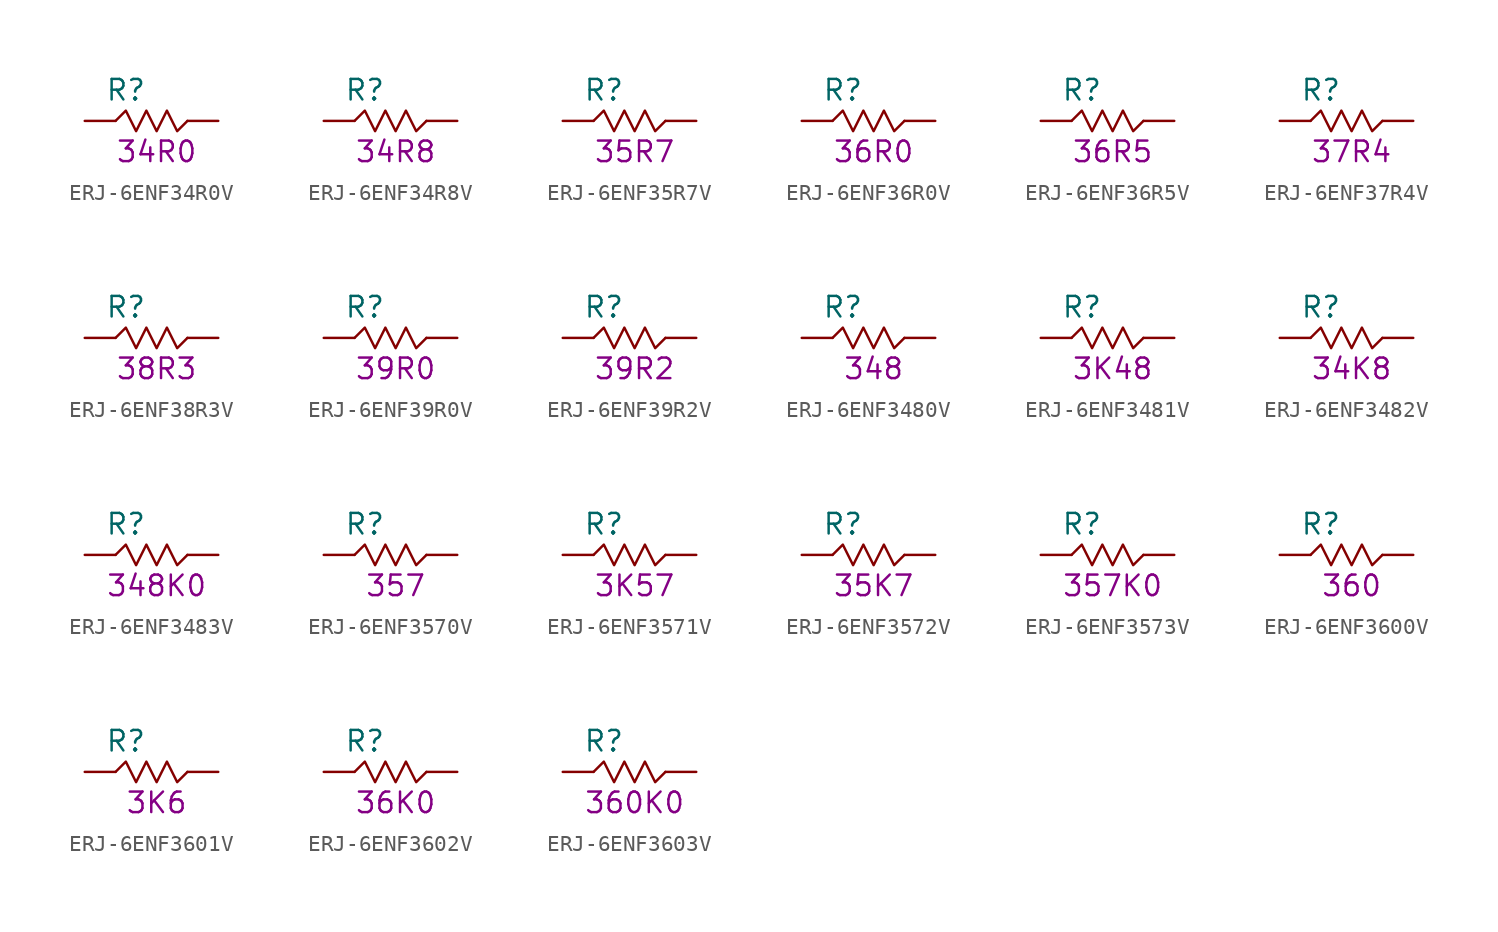
<source format=kicad_sym>
(kicad_symbol_lib
  (version 20211014)
  (generator KiCadLib_py)
  (symbol "ERJ-6ENF34R0V"
    (pin_numbers hide)
    (pin_names hide)
    (property "Reference" "R"
      (at -1.905 1.905 0)
      (effects (font (size 1.27 1.27))))
    (property "Val" "34R0"
      (at 0 -1.905 0)
      (effects (font (size 1.27 1.27))))
    (symbol "ERJ-6ENF34R0V_0_1"
      (polyline (pts (xy -2.54 0) (xy -1.905 0.635) (xy -1.27 -0.635) (xy -0.635 0.635) (xy 0 -0.635) (xy 0.635 0.635) (xy 1.27 -0.635) (xy 1.905 0)) (stroke (width 0) (type default) (color 0 0 0 0)) (fill (type none))))
    (symbol "ERJ-6ENF34R0V_1_1"
      (pin passive line (at -4.445 0 0) (length 1.905) (name "~" (effects (font (size 1.27 1.27)))) (number "1" (effects (font (size 1.27 1.27)))))
      (pin passive line (at 3.81 0 180) (length 1.905) (name "~" (effects (font (size 1.27 1.27)))) (number "2" (effects (font (size 1.27 1.27)))))))
  (symbol "ERJ-6ENF34R8V"
    (pin_numbers hide)
    (pin_names hide)
    (property "Reference" "R"
      (at -1.905 1.905 0)
      (effects (font (size 1.27 1.27))))
    (property "Val" "34R8"
      (at 0 -1.905 0)
      (effects (font (size 1.27 1.27))))
    (symbol "ERJ-6ENF34R8V_0_1"
      (polyline (pts (xy -2.54 0) (xy -1.905 0.635) (xy -1.27 -0.635) (xy -0.635 0.635) (xy 0 -0.635) (xy 0.635 0.635) (xy 1.27 -0.635) (xy 1.905 0)) (stroke (width 0) (type default) (color 0 0 0 0)) (fill (type none))))
    (symbol "ERJ-6ENF34R8V_1_1"
      (pin passive line (at -4.445 0 0) (length 1.905) (name "~" (effects (font (size 1.27 1.27)))) (number "1" (effects (font (size 1.27 1.27)))))
      (pin passive line (at 3.81 0 180) (length 1.905) (name "~" (effects (font (size 1.27 1.27)))) (number "2" (effects (font (size 1.27 1.27)))))))
  (symbol "ERJ-6ENF35R7V"
    (pin_numbers hide)
    (pin_names hide)
    (property "Reference" "R"
      (at -1.905 1.905 0)
      (effects (font (size 1.27 1.27))))
    (property "Val" "35R7"
      (at 0 -1.905 0)
      (effects (font (size 1.27 1.27))))
    (symbol "ERJ-6ENF35R7V_0_1"
      (polyline (pts (xy -2.54 0) (xy -1.905 0.635) (xy -1.27 -0.635) (xy -0.635 0.635) (xy 0 -0.635) (xy 0.635 0.635) (xy 1.27 -0.635) (xy 1.905 0)) (stroke (width 0) (type default) (color 0 0 0 0)) (fill (type none))))
    (symbol "ERJ-6ENF35R7V_1_1"
      (pin passive line (at -4.445 0 0) (length 1.905) (name "~" (effects (font (size 1.27 1.27)))) (number "1" (effects (font (size 1.27 1.27)))))
      (pin passive line (at 3.81 0 180) (length 1.905) (name "~" (effects (font (size 1.27 1.27)))) (number "2" (effects (font (size 1.27 1.27)))))))
  (symbol "ERJ-6ENF36R0V"
    (pin_numbers hide)
    (pin_names hide)
    (property "Reference" "R"
      (at -1.905 1.905 0)
      (effects (font (size 1.27 1.27))))
    (property "Val" "36R0"
      (at 0 -1.905 0)
      (effects (font (size 1.27 1.27))))
    (symbol "ERJ-6ENF36R0V_0_1"
      (polyline (pts (xy -2.54 0) (xy -1.905 0.635) (xy -1.27 -0.635) (xy -0.635 0.635) (xy 0 -0.635) (xy 0.635 0.635) (xy 1.27 -0.635) (xy 1.905 0)) (stroke (width 0) (type default) (color 0 0 0 0)) (fill (type none))))
    (symbol "ERJ-6ENF36R0V_1_1"
      (pin passive line (at -4.445 0 0) (length 1.905) (name "~" (effects (font (size 1.27 1.27)))) (number "1" (effects (font (size 1.27 1.27)))))
      (pin passive line (at 3.81 0 180) (length 1.905) (name "~" (effects (font (size 1.27 1.27)))) (number "2" (effects (font (size 1.27 1.27)))))))
  (symbol "ERJ-6ENF36R5V"
    (pin_numbers hide)
    (pin_names hide)
    (property "Reference" "R"
      (at -1.905 1.905 0)
      (effects (font (size 1.27 1.27))))
    (property "Val" "36R5"
      (at 0 -1.905 0)
      (effects (font (size 1.27 1.27))))
    (symbol "ERJ-6ENF36R5V_0_1"
      (polyline (pts (xy -2.54 0) (xy -1.905 0.635) (xy -1.27 -0.635) (xy -0.635 0.635) (xy 0 -0.635) (xy 0.635 0.635) (xy 1.27 -0.635) (xy 1.905 0)) (stroke (width 0) (type default) (color 0 0 0 0)) (fill (type none))))
    (symbol "ERJ-6ENF36R5V_1_1"
      (pin passive line (at -4.445 0 0) (length 1.905) (name "~" (effects (font (size 1.27 1.27)))) (number "1" (effects (font (size 1.27 1.27)))))
      (pin passive line (at 3.81 0 180) (length 1.905) (name "~" (effects (font (size 1.27 1.27)))) (number "2" (effects (font (size 1.27 1.27)))))))
  (symbol "ERJ-6ENF37R4V"
    (pin_numbers hide)
    (pin_names hide)
    (property "Reference" "R"
      (at -1.905 1.905 0)
      (effects (font (size 1.27 1.27))))
    (property "Val" "37R4"
      (at 0 -1.905 0)
      (effects (font (size 1.27 1.27))))
    (symbol "ERJ-6ENF37R4V_0_1"
      (polyline (pts (xy -2.54 0) (xy -1.905 0.635) (xy -1.27 -0.635) (xy -0.635 0.635) (xy 0 -0.635) (xy 0.635 0.635) (xy 1.27 -0.635) (xy 1.905 0)) (stroke (width 0) (type default) (color 0 0 0 0)) (fill (type none))))
    (symbol "ERJ-6ENF37R4V_1_1"
      (pin passive line (at -4.445 0 0) (length 1.905) (name "~" (effects (font (size 1.27 1.27)))) (number "1" (effects (font (size 1.27 1.27)))))
      (pin passive line (at 3.81 0 180) (length 1.905) (name "~" (effects (font (size 1.27 1.27)))) (number "2" (effects (font (size 1.27 1.27)))))))
  (symbol "ERJ-6ENF38R3V"
    (pin_numbers hide)
    (pin_names hide)
    (property "Reference" "R"
      (at -1.905 1.905 0)
      (effects (font (size 1.27 1.27))))
    (property "Val" "38R3"
      (at 0 -1.905 0)
      (effects (font (size 1.27 1.27))))
    (symbol "ERJ-6ENF38R3V_0_1"
      (polyline (pts (xy -2.54 0) (xy -1.905 0.635) (xy -1.27 -0.635) (xy -0.635 0.635) (xy 0 -0.635) (xy 0.635 0.635) (xy 1.27 -0.635) (xy 1.905 0)) (stroke (width 0) (type default) (color 0 0 0 0)) (fill (type none))))
    (symbol "ERJ-6ENF38R3V_1_1"
      (pin passive line (at -4.445 0 0) (length 1.905) (name "~" (effects (font (size 1.27 1.27)))) (number "1" (effects (font (size 1.27 1.27)))))
      (pin passive line (at 3.81 0 180) (length 1.905) (name "~" (effects (font (size 1.27 1.27)))) (number "2" (effects (font (size 1.27 1.27)))))))
  (symbol "ERJ-6ENF39R0V"
    (pin_numbers hide)
    (pin_names hide)
    (property "Reference" "R"
      (at -1.905 1.905 0)
      (effects (font (size 1.27 1.27))))
    (property "Val" "39R0"
      (at 0 -1.905 0)
      (effects (font (size 1.27 1.27))))
    (symbol "ERJ-6ENF39R0V_0_1"
      (polyline (pts (xy -2.54 0) (xy -1.905 0.635) (xy -1.27 -0.635) (xy -0.635 0.635) (xy 0 -0.635) (xy 0.635 0.635) (xy 1.27 -0.635) (xy 1.905 0)) (stroke (width 0) (type default) (color 0 0 0 0)) (fill (type none))))
    (symbol "ERJ-6ENF39R0V_1_1"
      (pin passive line (at -4.445 0 0) (length 1.905) (name "~" (effects (font (size 1.27 1.27)))) (number "1" (effects (font (size 1.27 1.27)))))
      (pin passive line (at 3.81 0 180) (length 1.905) (name "~" (effects (font (size 1.27 1.27)))) (number "2" (effects (font (size 1.27 1.27)))))))
  (symbol "ERJ-6ENF39R2V"
    (pin_numbers hide)
    (pin_names hide)
    (property "Reference" "R"
      (at -1.905 1.905 0)
      (effects (font (size 1.27 1.27))))
    (property "Val" "39R2"
      (at 0 -1.905 0)
      (effects (font (size 1.27 1.27))))
    (symbol "ERJ-6ENF39R2V_0_1"
      (polyline (pts (xy -2.54 0) (xy -1.905 0.635) (xy -1.27 -0.635) (xy -0.635 0.635) (xy 0 -0.635) (xy 0.635 0.635) (xy 1.27 -0.635) (xy 1.905 0)) (stroke (width 0) (type default) (color 0 0 0 0)) (fill (type none))))
    (symbol "ERJ-6ENF39R2V_1_1"
      (pin passive line (at -4.445 0 0) (length 1.905) (name "~" (effects (font (size 1.27 1.27)))) (number "1" (effects (font (size 1.27 1.27)))))
      (pin passive line (at 3.81 0 180) (length 1.905) (name "~" (effects (font (size 1.27 1.27)))) (number "2" (effects (font (size 1.27 1.27)))))))
  (symbol "ERJ-6ENF3480V"
    (pin_numbers hide)
    (pin_names hide)
    (property "Reference" "R"
      (at -1.905 1.905 0)
      (effects (font (size 1.27 1.27))))
    (property "Val" "348"
      (at 0 -1.905 0)
      (effects (font (size 1.27 1.27))))
    (symbol "ERJ-6ENF3480V_0_1"
      (polyline (pts (xy -2.54 0) (xy -1.905 0.635) (xy -1.27 -0.635) (xy -0.635 0.635) (xy 0 -0.635) (xy 0.635 0.635) (xy 1.27 -0.635) (xy 1.905 0)) (stroke (width 0) (type default) (color 0 0 0 0)) (fill (type none))))
    (symbol "ERJ-6ENF3480V_1_1"
      (pin passive line (at -4.445 0 0) (length 1.905) (name "~" (effects (font (size 1.27 1.27)))) (number "1" (effects (font (size 1.27 1.27)))))
      (pin passive line (at 3.81 0 180) (length 1.905) (name "~" (effects (font (size 1.27 1.27)))) (number "2" (effects (font (size 1.27 1.27)))))))
  (symbol "ERJ-6ENF3481V"
    (pin_numbers hide)
    (pin_names hide)
    (property "Reference" "R"
      (at -1.905 1.905 0)
      (effects (font (size 1.27 1.27))))
    (property "Val" "3K48"
      (at 0 -1.905 0)
      (effects (font (size 1.27 1.27))))
    (symbol "ERJ-6ENF3481V_0_1"
      (polyline (pts (xy -2.54 0) (xy -1.905 0.635) (xy -1.27 -0.635) (xy -0.635 0.635) (xy 0 -0.635) (xy 0.635 0.635) (xy 1.27 -0.635) (xy 1.905 0)) (stroke (width 0) (type default) (color 0 0 0 0)) (fill (type none))))
    (symbol "ERJ-6ENF3481V_1_1"
      (pin passive line (at -4.445 0 0) (length 1.905) (name "~" (effects (font (size 1.27 1.27)))) (number "1" (effects (font (size 1.27 1.27)))))
      (pin passive line (at 3.81 0 180) (length 1.905) (name "~" (effects (font (size 1.27 1.27)))) (number "2" (effects (font (size 1.27 1.27)))))))
  (symbol "ERJ-6ENF3482V"
    (pin_numbers hide)
    (pin_names hide)
    (property "Reference" "R"
      (at -1.905 1.905 0)
      (effects (font (size 1.27 1.27))))
    (property "Val" "34K8"
      (at 0 -1.905 0)
      (effects (font (size 1.27 1.27))))
    (symbol "ERJ-6ENF3482V_0_1"
      (polyline (pts (xy -2.54 0) (xy -1.905 0.635) (xy -1.27 -0.635) (xy -0.635 0.635) (xy 0 -0.635) (xy 0.635 0.635) (xy 1.27 -0.635) (xy 1.905 0)) (stroke (width 0) (type default) (color 0 0 0 0)) (fill (type none))))
    (symbol "ERJ-6ENF3482V_1_1"
      (pin passive line (at -4.445 0 0) (length 1.905) (name "~" (effects (font (size 1.27 1.27)))) (number "1" (effects (font (size 1.27 1.27)))))
      (pin passive line (at 3.81 0 180) (length 1.905) (name "~" (effects (font (size 1.27 1.27)))) (number "2" (effects (font (size 1.27 1.27)))))))
  (symbol "ERJ-6ENF3483V"
    (pin_numbers hide)
    (pin_names hide)
    (property "Reference" "R"
      (at -1.905 1.905 0)
      (effects (font (size 1.27 1.27))))
    (property "Val" "348K0"
      (at 0 -1.905 0)
      (effects (font (size 1.27 1.27))))
    (symbol "ERJ-6ENF3483V_0_1"
      (polyline (pts (xy -2.54 0) (xy -1.905 0.635) (xy -1.27 -0.635) (xy -0.635 0.635) (xy 0 -0.635) (xy 0.635 0.635) (xy 1.27 -0.635) (xy 1.905 0)) (stroke (width 0) (type default) (color 0 0 0 0)) (fill (type none))))
    (symbol "ERJ-6ENF3483V_1_1"
      (pin passive line (at -4.445 0 0) (length 1.905) (name "~" (effects (font (size 1.27 1.27)))) (number "1" (effects (font (size 1.27 1.27)))))
      (pin passive line (at 3.81 0 180) (length 1.905) (name "~" (effects (font (size 1.27 1.27)))) (number "2" (effects (font (size 1.27 1.27)))))))
  (symbol "ERJ-6ENF3570V"
    (pin_numbers hide)
    (pin_names hide)
    (property "Reference" "R"
      (at -1.905 1.905 0)
      (effects (font (size 1.27 1.27))))
    (property "Val" "357"
      (at 0 -1.905 0)
      (effects (font (size 1.27 1.27))))
    (symbol "ERJ-6ENF3570V_0_1"
      (polyline (pts (xy -2.54 0) (xy -1.905 0.635) (xy -1.27 -0.635) (xy -0.635 0.635) (xy 0 -0.635) (xy 0.635 0.635) (xy 1.27 -0.635) (xy 1.905 0)) (stroke (width 0) (type default) (color 0 0 0 0)) (fill (type none))))
    (symbol "ERJ-6ENF3570V_1_1"
      (pin passive line (at -4.445 0 0) (length 1.905) (name "~" (effects (font (size 1.27 1.27)))) (number "1" (effects (font (size 1.27 1.27)))))
      (pin passive line (at 3.81 0 180) (length 1.905) (name "~" (effects (font (size 1.27 1.27)))) (number "2" (effects (font (size 1.27 1.27)))))))
  (symbol "ERJ-6ENF3571V"
    (pin_numbers hide)
    (pin_names hide)
    (property "Reference" "R"
      (at -1.905 1.905 0)
      (effects (font (size 1.27 1.27))))
    (property "Val" "3K57"
      (at 0 -1.905 0)
      (effects (font (size 1.27 1.27))))
    (symbol "ERJ-6ENF3571V_0_1"
      (polyline (pts (xy -2.54 0) (xy -1.905 0.635) (xy -1.27 -0.635) (xy -0.635 0.635) (xy 0 -0.635) (xy 0.635 0.635) (xy 1.27 -0.635) (xy 1.905 0)) (stroke (width 0) (type default) (color 0 0 0 0)) (fill (type none))))
    (symbol "ERJ-6ENF3571V_1_1"
      (pin passive line (at -4.445 0 0) (length 1.905) (name "~" (effects (font (size 1.27 1.27)))) (number "1" (effects (font (size 1.27 1.27)))))
      (pin passive line (at 3.81 0 180) (length 1.905) (name "~" (effects (font (size 1.27 1.27)))) (number "2" (effects (font (size 1.27 1.27)))))))
  (symbol "ERJ-6ENF3572V"
    (pin_numbers hide)
    (pin_names hide)
    (property "Reference" "R"
      (at -1.905 1.905 0)
      (effects (font (size 1.27 1.27))))
    (property "Val" "35K7"
      (at 0 -1.905 0)
      (effects (font (size 1.27 1.27))))
    (symbol "ERJ-6ENF3572V_0_1"
      (polyline (pts (xy -2.54 0) (xy -1.905 0.635) (xy -1.27 -0.635) (xy -0.635 0.635) (xy 0 -0.635) (xy 0.635 0.635) (xy 1.27 -0.635) (xy 1.905 0)) (stroke (width 0) (type default) (color 0 0 0 0)) (fill (type none))))
    (symbol "ERJ-6ENF3572V_1_1"
      (pin passive line (at -4.445 0 0) (length 1.905) (name "~" (effects (font (size 1.27 1.27)))) (number "1" (effects (font (size 1.27 1.27)))))
      (pin passive line (at 3.81 0 180) (length 1.905) (name "~" (effects (font (size 1.27 1.27)))) (number "2" (effects (font (size 1.27 1.27)))))))
  (symbol "ERJ-6ENF3573V"
    (pin_numbers hide)
    (pin_names hide)
    (property "Reference" "R"
      (at -1.905 1.905 0)
      (effects (font (size 1.27 1.27))))
    (property "Val" "357K0"
      (at 0 -1.905 0)
      (effects (font (size 1.27 1.27))))
    (symbol "ERJ-6ENF3573V_0_1"
      (polyline (pts (xy -2.54 0) (xy -1.905 0.635) (xy -1.27 -0.635) (xy -0.635 0.635) (xy 0 -0.635) (xy 0.635 0.635) (xy 1.27 -0.635) (xy 1.905 0)) (stroke (width 0) (type default) (color 0 0 0 0)) (fill (type none))))
    (symbol "ERJ-6ENF3573V_1_1"
      (pin passive line (at -4.445 0 0) (length 1.905) (name "~" (effects (font (size 1.27 1.27)))) (number "1" (effects (font (size 1.27 1.27)))))
      (pin passive line (at 3.81 0 180) (length 1.905) (name "~" (effects (font (size 1.27 1.27)))) (number "2" (effects (font (size 1.27 1.27)))))))
  (symbol "ERJ-6ENF3600V"
    (pin_numbers hide)
    (pin_names hide)
    (property "Reference" "R"
      (at -1.905 1.905 0)
      (effects (font (size 1.27 1.27))))
    (property "Val" "360"
      (at 0 -1.905 0)
      (effects (font (size 1.27 1.27))))
    (symbol "ERJ-6ENF3600V_0_1"
      (polyline (pts (xy -2.54 0) (xy -1.905 0.635) (xy -1.27 -0.635) (xy -0.635 0.635) (xy 0 -0.635) (xy 0.635 0.635) (xy 1.27 -0.635) (xy 1.905 0)) (stroke (width 0) (type default) (color 0 0 0 0)) (fill (type none))))
    (symbol "ERJ-6ENF3600V_1_1"
      (pin passive line (at -4.445 0 0) (length 1.905) (name "~" (effects (font (size 1.27 1.27)))) (number "1" (effects (font (size 1.27 1.27)))))
      (pin passive line (at 3.81 0 180) (length 1.905) (name "~" (effects (font (size 1.27 1.27)))) (number "2" (effects (font (size 1.27 1.27)))))))
  (symbol "ERJ-6ENF3601V"
    (pin_numbers hide)
    (pin_names hide)
    (property "Reference" "R"
      (at -1.905 1.905 0)
      (effects (font (size 1.27 1.27))))
    (property "Val" "3K6"
      (at 0 -1.905 0)
      (effects (font (size 1.27 1.27))))
    (symbol "ERJ-6ENF3601V_0_1"
      (polyline (pts (xy -2.54 0) (xy -1.905 0.635) (xy -1.27 -0.635) (xy -0.635 0.635) (xy 0 -0.635) (xy 0.635 0.635) (xy 1.27 -0.635) (xy 1.905 0)) (stroke (width 0) (type default) (color 0 0 0 0)) (fill (type none))))
    (symbol "ERJ-6ENF3601V_1_1"
      (pin passive line (at -4.445 0 0) (length 1.905) (name "~" (effects (font (size 1.27 1.27)))) (number "1" (effects (font (size 1.27 1.27)))))
      (pin passive line (at 3.81 0 180) (length 1.905) (name "~" (effects (font (size 1.27 1.27)))) (number "2" (effects (font (size 1.27 1.27)))))))
  (symbol "ERJ-6ENF3602V"
    (pin_numbers hide)
    (pin_names hide)
    (property "Reference" "R"
      (at -1.905 1.905 0)
      (effects (font (size 1.27 1.27))))
    (property "Val" "36K0"
      (at 0 -1.905 0)
      (effects (font (size 1.27 1.27))))
    (symbol "ERJ-6ENF3602V_0_1"
      (polyline (pts (xy -2.54 0) (xy -1.905 0.635) (xy -1.27 -0.635) (xy -0.635 0.635) (xy 0 -0.635) (xy 0.635 0.635) (xy 1.27 -0.635) (xy 1.905 0)) (stroke (width 0) (type default) (color 0 0 0 0)) (fill (type none))))
    (symbol "ERJ-6ENF3602V_1_1"
      (pin passive line (at -4.445 0 0) (length 1.905) (name "~" (effects (font (size 1.27 1.27)))) (number "1" (effects (font (size 1.27 1.27)))))
      (pin passive line (at 3.81 0 180) (length 1.905) (name "~" (effects (font (size 1.27 1.27)))) (number "2" (effects (font (size 1.27 1.27)))))))
  (symbol "ERJ-6ENF3603V"
    (pin_numbers hide)
    (pin_names hide)
    (property "Reference" "R"
      (at -1.905 1.905 0)
      (effects (font (size 1.27 1.27))))
    (property "Val" "360K0"
      (at 0 -1.905 0)
      (effects (font (size 1.27 1.27))))
    (symbol "ERJ-6ENF3603V_0_1"
      (polyline (pts (xy -2.54 0) (xy -1.905 0.635) (xy -1.27 -0.635) (xy -0.635 0.635) (xy 0 -0.635) (xy 0.635 0.635) (xy 1.27 -0.635) (xy 1.905 0)) (stroke (width 0) (type default) (color 0 0 0 0)) (fill (type none))))
    (symbol "ERJ-6ENF3603V_1_1"
      (pin passive line (at -4.445 0 0) (length 1.905) (name "~" (effects (font (size 1.27 1.27)))) (number "1" (effects (font (size 1.27 1.27)))))
      (pin passive line (at 3.81 0 180) (length 1.905) (name "~" (effects (font (size 1.27 1.27)))) (number "2" (effects (font (size 1.27 1.27))))))))
</source>
